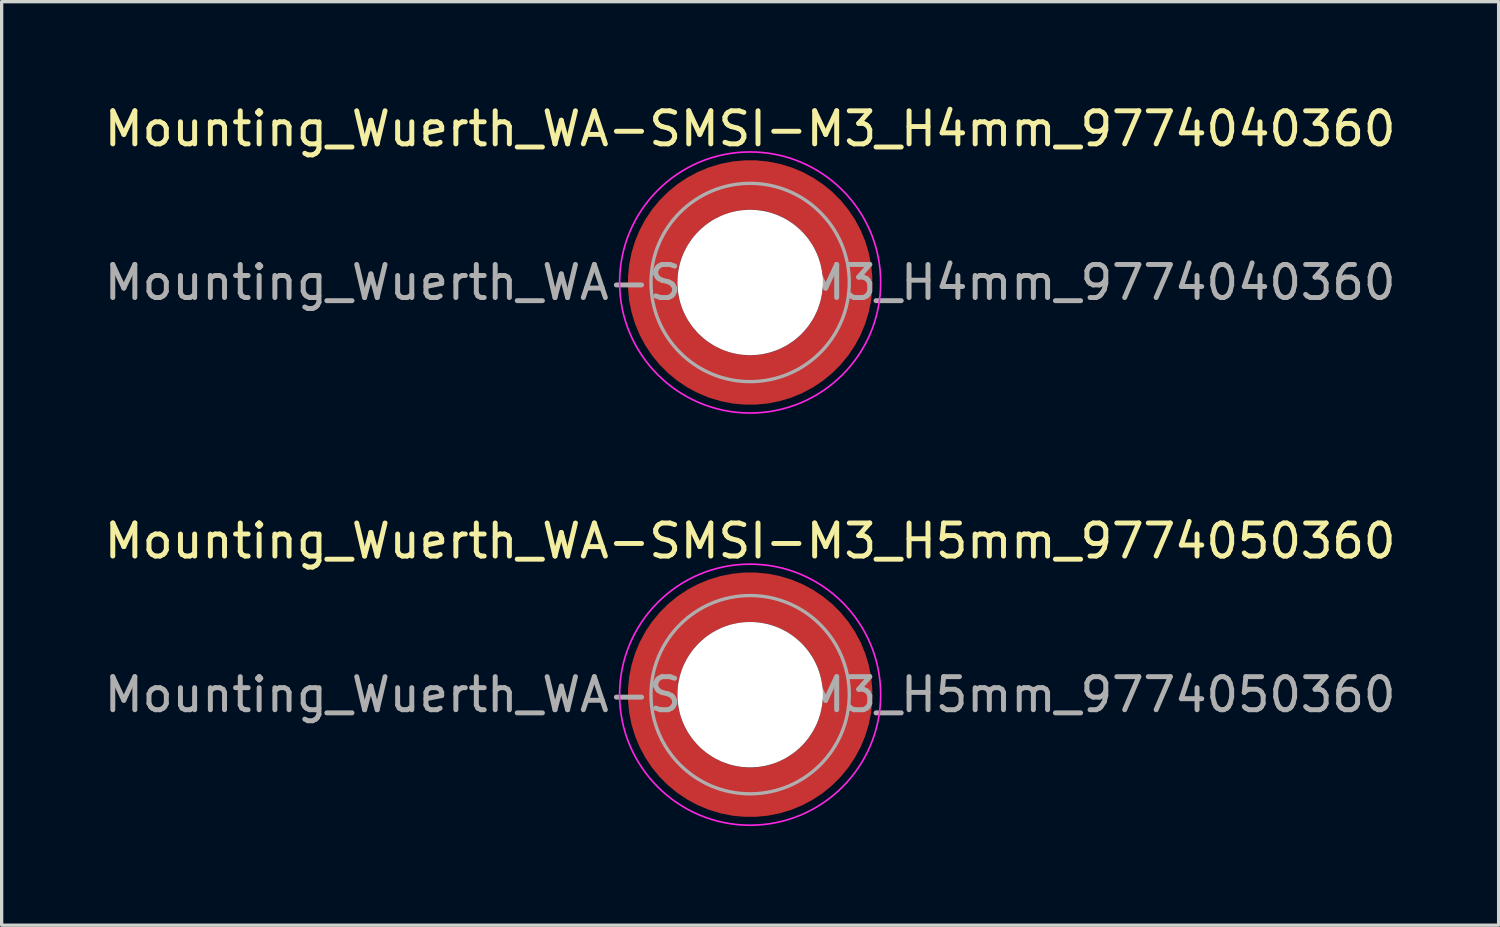
<source format=kicad_pcb>
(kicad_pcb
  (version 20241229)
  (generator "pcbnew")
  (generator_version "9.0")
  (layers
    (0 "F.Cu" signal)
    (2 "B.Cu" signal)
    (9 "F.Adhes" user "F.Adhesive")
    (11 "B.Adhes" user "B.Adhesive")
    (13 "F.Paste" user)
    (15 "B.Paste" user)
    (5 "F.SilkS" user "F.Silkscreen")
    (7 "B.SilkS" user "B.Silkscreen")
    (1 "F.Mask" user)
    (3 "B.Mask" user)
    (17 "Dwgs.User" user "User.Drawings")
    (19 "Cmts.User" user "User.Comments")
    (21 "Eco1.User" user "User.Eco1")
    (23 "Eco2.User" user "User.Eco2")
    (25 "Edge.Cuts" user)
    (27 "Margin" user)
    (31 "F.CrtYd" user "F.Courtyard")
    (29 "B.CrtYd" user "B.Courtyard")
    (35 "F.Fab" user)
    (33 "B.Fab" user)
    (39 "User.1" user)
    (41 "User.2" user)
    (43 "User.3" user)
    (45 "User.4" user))
  (footprint "Mounting_Wuerth_WA-SMSI-M3_H5mm_9774050360"
    (layer "F.Cu")
    (at 19.649 17.971)
    (property "Reference" "Mounting_Wuerth_WA-SMSI-M3_H5mm_9774050360" (at 0 -4.65 0) (layer "F.SilkS") (effects (font (size 1 1) (thickness 0.15))))
    (attr smd)
    (fp_circle (center 0 0) (end 3.95 0) (stroke (width 0.05) (type solid)) (fill no) (layer "F.CrtYd"))
    (fp_circle (center 0 0) (end 3 0) (stroke (width 0.1) (type solid)) (fill no) (layer "F.Fab"))
    (fp_text user "${REFERENCE}" (at 0 0 0) (layer "F.Fab") (effects (font (size 1 1) (thickness 0.15))))
    (pad "" smd custom (at -2.058 -2.058) (size 0.7 0.7) (layers "F.Paste") (options (anchor circle)) (primitives (gr_arc (start -0.377294 1.707681) (mid 0.317579 0.318817) (end 1.705947 -0.377044) (width 0.2)) (gr_arc (start -0.478281 1.707681) (mid 0.246161 0.248814) (end 1.703965 -0.477765) (width 0.2)) (gr_arc (start -0.579192 1.707681) (mid 0.175492 0.178063) (end 1.704077 -0.578711) (width 0.2)) (gr_arc (start -0.680037 1.707681) (mid 0.105568 0.106564) (end 1.706284 -0.679858) (width 0.2)) (gr_arc (start -0.780822 1.707681) (mid 0.034627 0.036085) (end 1.705634 -0.780569) (width 0.2)) (gr_arc (start -0.881554 1.707681) (mid -0.035694 -0.035016) (end 1.706729 -0.881441) (width 0.2)) (gr_arc (start -0.982237 1.707681) (mid -0.107281 -0.10485) (end 1.704266 -0.981842) (width 0.2)) (gr_arc (start -1.082877 1.707681) (mid -0.178372 -0.175181) (end 1.703197 -1.082374) (width 0.2)) (gr_arc (start -1.183476 1.707681) (mid -0.248964 -0.246008) (end 1.703525 -1.183025) (width 0.2)) (gr_arc (start -1.28404 1.707681) (mid -0.319062 -0.317333) (end 1.70525 -1.283784) (width 0.2)) (gr_line (start 1.708 -0.377) (end 1.708 -1.284) (width 0.2)) (gr_line (start -0.377 1.708) (end -1.284 1.708) (width 0.2))))
    (pad "" smd custom (at -2.058 2.058) (size 0.7 0.7) (layers "F.Paste") (options (anchor circle)) (primitives (gr_arc (start 1.707681 0.377294) (mid 0.318817 -0.317579) (end -0.377044 -1.705947) (width 0.2)) (gr_arc (start 1.707681 0.478281) (mid 0.248814 -0.246161) (end -0.477765 -1.703965) (width 0.2)) (gr_arc (start 1.707681 0.579192) (mid 0.178063 -0.175492) (end -0.578711 -1.704077) (width 0.2)) (gr_arc (start 1.707681 0.680037) (mid 0.106564 -0.105568) (end -0.679858 -1.706284) (width 0.2)) (gr_arc (start 1.707681 0.780822) (mid 0.036085 -0.034627) (end -0.780569 -1.705634) (width 0.2)) (gr_arc (start 1.707681 0.881554) (mid -0.035016 0.035694) (end -0.881441 -1.706729) (width 0.2)) (gr_arc (start 1.707681 0.982237) (mid -0.10485 0.107281) (end -0.981842 -1.704266) (width 0.2)) (gr_arc (start 1.707681 1.082877) (mid -0.175181 0.178372) (end -1.082374 -1.703197) (width 0.2)) (gr_arc (start 1.707681 1.183476) (mid -0.246008 0.248964) (end -1.183025 -1.703525) (width 0.2)) (gr_arc (start 1.707681 1.28404) (mid -0.317333 0.319062) (end -1.283784 -1.70525) (width 0.2)) (gr_line (start -0.377 -1.708) (end -1.284 -1.708) (width 0.2)) (gr_line (start 1.708 0.377) (end 1.708 1.284) (width 0.2))))
    (pad "" np_thru_hole circle (at 0 0) (size 4.4 4.4) (drill 4.4) (layers "*.Cu" "*.Mask"))
    (pad "" smd custom (at 2.058 -2.058) (size 0.7 0.7) (layers "F.Paste") (options (anchor circle)) (primitives (gr_arc (start -1.707681 -0.377294) (mid -0.318817 0.317579) (end 0.377044 1.705947) (width 0.2)) (gr_arc (start -1.707681 -0.478281) (mid -0.248814 0.246161) (end 0.477765 1.703965) (width 0.2)) (gr_arc (start -1.707681 -0.579192) (mid -0.178063 0.175492) (end 0.578711 1.704077) (width 0.2)) (gr_arc (start -1.707681 -0.680037) (mid -0.106564 0.105568) (end 0.679858 1.706284) (width 0.2)) (gr_arc (start -1.707681 -0.780822) (mid -0.036085 0.034627) (end 0.780569 1.705634) (width 0.2)) (gr_arc (start -1.707681 -0.881554) (mid 0.035016 -0.035694) (end 0.881441 1.706729) (width 0.2)) (gr_arc (start -1.707681 -0.982237) (mid 0.10485 -0.107281) (end 0.981842 1.704266) (width 0.2)) (gr_arc (start -1.707681 -1.082877) (mid 0.175181 -0.178372) (end 1.082374 1.703197) (width 0.2)) (gr_arc (start -1.707681 -1.183476) (mid 0.246008 -0.248964) (end 1.183025 1.703525) (width 0.2)) (gr_arc (start -1.707681 -1.28404) (mid 0.317333 -0.319062) (end 1.283784 1.70525) (width 0.2)) (gr_line (start 0.377 1.708) (end 1.284 1.708) (width 0.2)) (gr_line (start -1.708 -0.377) (end -1.708 -1.284) (width 0.2))))
    (pad "" smd custom (at 2.058 2.058) (size 0.7 0.7) (layers "F.Paste") (options (anchor circle)) (primitives (gr_arc (start 0.377294 -1.707681) (mid -0.317579 -0.318817) (end -1.705947 0.377044) (width 0.2)) (gr_arc (start 0.478281 -1.707681) (mid -0.246161 -0.248814) (end -1.703965 0.477765) (width 0.2)) (gr_arc (start 0.579192 -1.707681) (mid -0.175492 -0.178063) (end -1.704077 0.578711) (width 0.2)) (gr_arc (start 0.680037 -1.707681) (mid -0.105568 -0.106564) (end -1.706284 0.679858) (width 0.2)) (gr_arc (start 0.780822 -1.707681) (mid -0.034627 -0.036085) (end -1.705634 0.780569) (width 0.2)) (gr_arc (start 0.881554 -1.707681) (mid 0.035694 0.035016) (end -1.706729 0.881441) (width 0.2)) (gr_arc (start 0.982237 -1.707681) (mid 0.107281 0.10485) (end -1.704266 0.981842) (width 0.2)) (gr_arc (start 1.082877 -1.707681) (mid 0.178372 0.175181) (end -1.703197 1.082374) (width 0.2)) (gr_arc (start 1.183476 -1.707681) (mid 0.248964 0.246008) (end -1.703525 1.183025) (width 0.2)) (gr_arc (start 1.28404 -1.707681) (mid 0.319062 0.317333) (end -1.70525 1.283784) (width 0.2)) (gr_line (start -1.708 0.377) (end -1.708 1.284) (width 0.2)) (gr_line (start 0.377 -1.708) (end 1.284 -1.708) (width 0.2))))
    (pad "1" smd circle (at -2.95 0) (size 1.1 1.1) (layers "F.Cu"))
    (pad "1" smd circle (at 0 -2.95) (size 1.1 1.1) (layers "F.Cu"))
    (pad "1" smd circle (at 0 2.95) (size 1.1 1.1) (layers "F.Cu"))
    (pad "1" smd custom (at 2.95 0) (size 1.1 1.1) (layers "F.Cu" "F.Mask") (options (anchor circle)) (primitives (gr_circle (center -2.95 0) (end 0 0) (width 1.5) (fill no)))))
  (footprint "Mounting_Wuerth_WA-SMSI-M3_H4mm_9774040360"
    (layer "F.Cu")
    (at 19.649 5.498)
    (property "Reference" "Mounting_Wuerth_WA-SMSI-M3_H4mm_9774040360" (at 0 -4.65 0) (layer "F.SilkS") (effects (font (size 1 1) (thickness 0.15))))
    (attr smd)
    (fp_circle (center 0 0) (end 3.95 0) (stroke (width 0.05) (type solid)) (fill no) (layer "F.CrtYd"))
    (fp_circle (center 0 0) (end 3 0) (stroke (width 0.1) (type solid)) (fill no) (layer "F.Fab"))
    (fp_text user "${REFERENCE}" (at 0 0 0) (layer "F.Fab") (effects (font (size 1 1) (thickness 0.15))))
    (pad "" smd custom (at -2.058 -2.058) (size 0.7 0.7) (layers "F.Paste") (options (anchor circle)) (primitives (gr_arc (start -0.377294 1.707681) (mid 0.317579 0.318817) (end 1.705947 -0.377044) (width 0.2)) (gr_arc (start -0.478281 1.707681) (mid 0.246161 0.248814) (end 1.703965 -0.477765) (width 0.2)) (gr_arc (start -0.579192 1.707681) (mid 0.175492 0.178063) (end 1.704077 -0.578711) (width 0.2)) (gr_arc (start -0.680037 1.707681) (mid 0.105568 0.106564) (end 1.706284 -0.679858) (width 0.2)) (gr_arc (start -0.780822 1.707681) (mid 0.034627 0.036085) (end 1.705634 -0.780569) (width 0.2)) (gr_arc (start -0.881554 1.707681) (mid -0.035694 -0.035016) (end 1.706729 -0.881441) (width 0.2)) (gr_arc (start -0.982237 1.707681) (mid -0.107281 -0.10485) (end 1.704266 -0.981842) (width 0.2)) (gr_arc (start -1.082877 1.707681) (mid -0.178372 -0.175181) (end 1.703197 -1.082374) (width 0.2)) (gr_arc (start -1.183476 1.707681) (mid -0.248964 -0.246008) (end 1.703525 -1.183025) (width 0.2)) (gr_arc (start -1.28404 1.707681) (mid -0.319062 -0.317333) (end 1.70525 -1.283784) (width 0.2)) (gr_line (start 1.708 -0.377) (end 1.708 -1.284) (width 0.2)) (gr_line (start -0.377 1.708) (end -1.284 1.708) (width 0.2))))
    (pad "" smd custom (at -2.058 2.058) (size 0.7 0.7) (layers "F.Paste") (options (anchor circle)) (primitives (gr_arc (start 1.707681 0.377294) (mid 0.318817 -0.317579) (end -0.377044 -1.705947) (width 0.2)) (gr_arc (start 1.707681 0.478281) (mid 0.248814 -0.246161) (end -0.477765 -1.703965) (width 0.2)) (gr_arc (start 1.707681 0.579192) (mid 0.178063 -0.175492) (end -0.578711 -1.704077) (width 0.2)) (gr_arc (start 1.707681 0.680037) (mid 0.106564 -0.105568) (end -0.679858 -1.706284) (width 0.2)) (gr_arc (start 1.707681 0.780822) (mid 0.036085 -0.034627) (end -0.780569 -1.705634) (width 0.2)) (gr_arc (start 1.707681 0.881554) (mid -0.035016 0.035694) (end -0.881441 -1.706729) (width 0.2)) (gr_arc (start 1.707681 0.982237) (mid -0.10485 0.107281) (end -0.981842 -1.704266) (width 0.2)) (gr_arc (start 1.707681 1.082877) (mid -0.175181 0.178372) (end -1.082374 -1.703197) (width 0.2)) (gr_arc (start 1.707681 1.183476) (mid -0.246008 0.248964) (end -1.183025 -1.703525) (width 0.2)) (gr_arc (start 1.707681 1.28404) (mid -0.317333 0.319062) (end -1.283784 -1.70525) (width 0.2)) (gr_line (start -0.377 -1.708) (end -1.284 -1.708) (width 0.2)) (gr_line (start 1.708 0.377) (end 1.708 1.284) (width 0.2))))
    (pad "" np_thru_hole circle (at 0 0) (size 4.4 4.4) (drill 4.4) (layers "*.Cu" "*.Mask"))
    (pad "" smd custom (at 2.058 -2.058) (size 0.7 0.7) (layers "F.Paste") (options (anchor circle)) (primitives (gr_arc (start -1.707681 -0.377294) (mid -0.318817 0.317579) (end 0.377044 1.705947) (width 0.2)) (gr_arc (start -1.707681 -0.478281) (mid -0.248814 0.246161) (end 0.477765 1.703965) (width 0.2)) (gr_arc (start -1.707681 -0.579192) (mid -0.178063 0.175492) (end 0.578711 1.704077) (width 0.2)) (gr_arc (start -1.707681 -0.680037) (mid -0.106564 0.105568) (end 0.679858 1.706284) (width 0.2)) (gr_arc (start -1.707681 -0.780822) (mid -0.036085 0.034627) (end 0.780569 1.705634) (width 0.2)) (gr_arc (start -1.707681 -0.881554) (mid 0.035016 -0.035694) (end 0.881441 1.706729) (width 0.2)) (gr_arc (start -1.707681 -0.982237) (mid 0.10485 -0.107281) (end 0.981842 1.704266) (width 0.2)) (gr_arc (start -1.707681 -1.082877) (mid 0.175181 -0.178372) (end 1.082374 1.703197) (width 0.2)) (gr_arc (start -1.707681 -1.183476) (mid 0.246008 -0.248964) (end 1.183025 1.703525) (width 0.2)) (gr_arc (start -1.707681 -1.28404) (mid 0.317333 -0.319062) (end 1.283784 1.70525) (width 0.2)) (gr_line (start 0.377 1.708) (end 1.284 1.708) (width 0.2)) (gr_line (start -1.708 -0.377) (end -1.708 -1.284) (width 0.2))))
    (pad "" smd custom (at 2.058 2.058) (size 0.7 0.7) (layers "F.Paste") (options (anchor circle)) (primitives (gr_arc (start 0.377294 -1.707681) (mid -0.317579 -0.318817) (end -1.705947 0.377044) (width 0.2)) (gr_arc (start 0.478281 -1.707681) (mid -0.246161 -0.248814) (end -1.703965 0.477765) (width 0.2)) (gr_arc (start 0.579192 -1.707681) (mid -0.175492 -0.178063) (end -1.704077 0.578711) (width 0.2)) (gr_arc (start 0.680037 -1.707681) (mid -0.105568 -0.106564) (end -1.706284 0.679858) (width 0.2)) (gr_arc (start 0.780822 -1.707681) (mid -0.034627 -0.036085) (end -1.705634 0.780569) (width 0.2)) (gr_arc (start 0.881554 -1.707681) (mid 0.035694 0.035016) (end -1.706729 0.881441) (width 0.2)) (gr_arc (start 0.982237 -1.707681) (mid 0.107281 0.10485) (end -1.704266 0.981842) (width 0.2)) (gr_arc (start 1.082877 -1.707681) (mid 0.178372 0.175181) (end -1.703197 1.082374) (width 0.2)) (gr_arc (start 1.183476 -1.707681) (mid 0.248964 0.246008) (end -1.703525 1.183025) (width 0.2)) (gr_arc (start 1.28404 -1.707681) (mid 0.319062 0.317333) (end -1.70525 1.283784) (width 0.2)) (gr_line (start -1.708 0.377) (end -1.708 1.284) (width 0.2)) (gr_line (start 0.377 -1.708) (end 1.284 -1.708) (width 0.2))))
    (pad "1" smd circle (at -2.95 0) (size 1.1 1.1) (layers "F.Cu"))
    (pad "1" smd circle (at 0 -2.95) (size 1.1 1.1) (layers "F.Cu"))
    (pad "1" smd circle (at 0 2.95) (size 1.1 1.1) (layers "F.Cu"))
    (pad "1" smd custom (at 2.95 0) (size 1.1 1.1) (layers "F.Cu" "F.Mask") (options (anchor circle)) (primitives (gr_circle (center -2.95 0) (end 0 0) (width 1.5) (fill no)))))
  (gr_rect
    (start -3 -3)
    (end 42.298 24.947)
    (stroke (width 0.1) (type default))
    (fill no)
    (layer "Edge.Cuts")))
</source>
